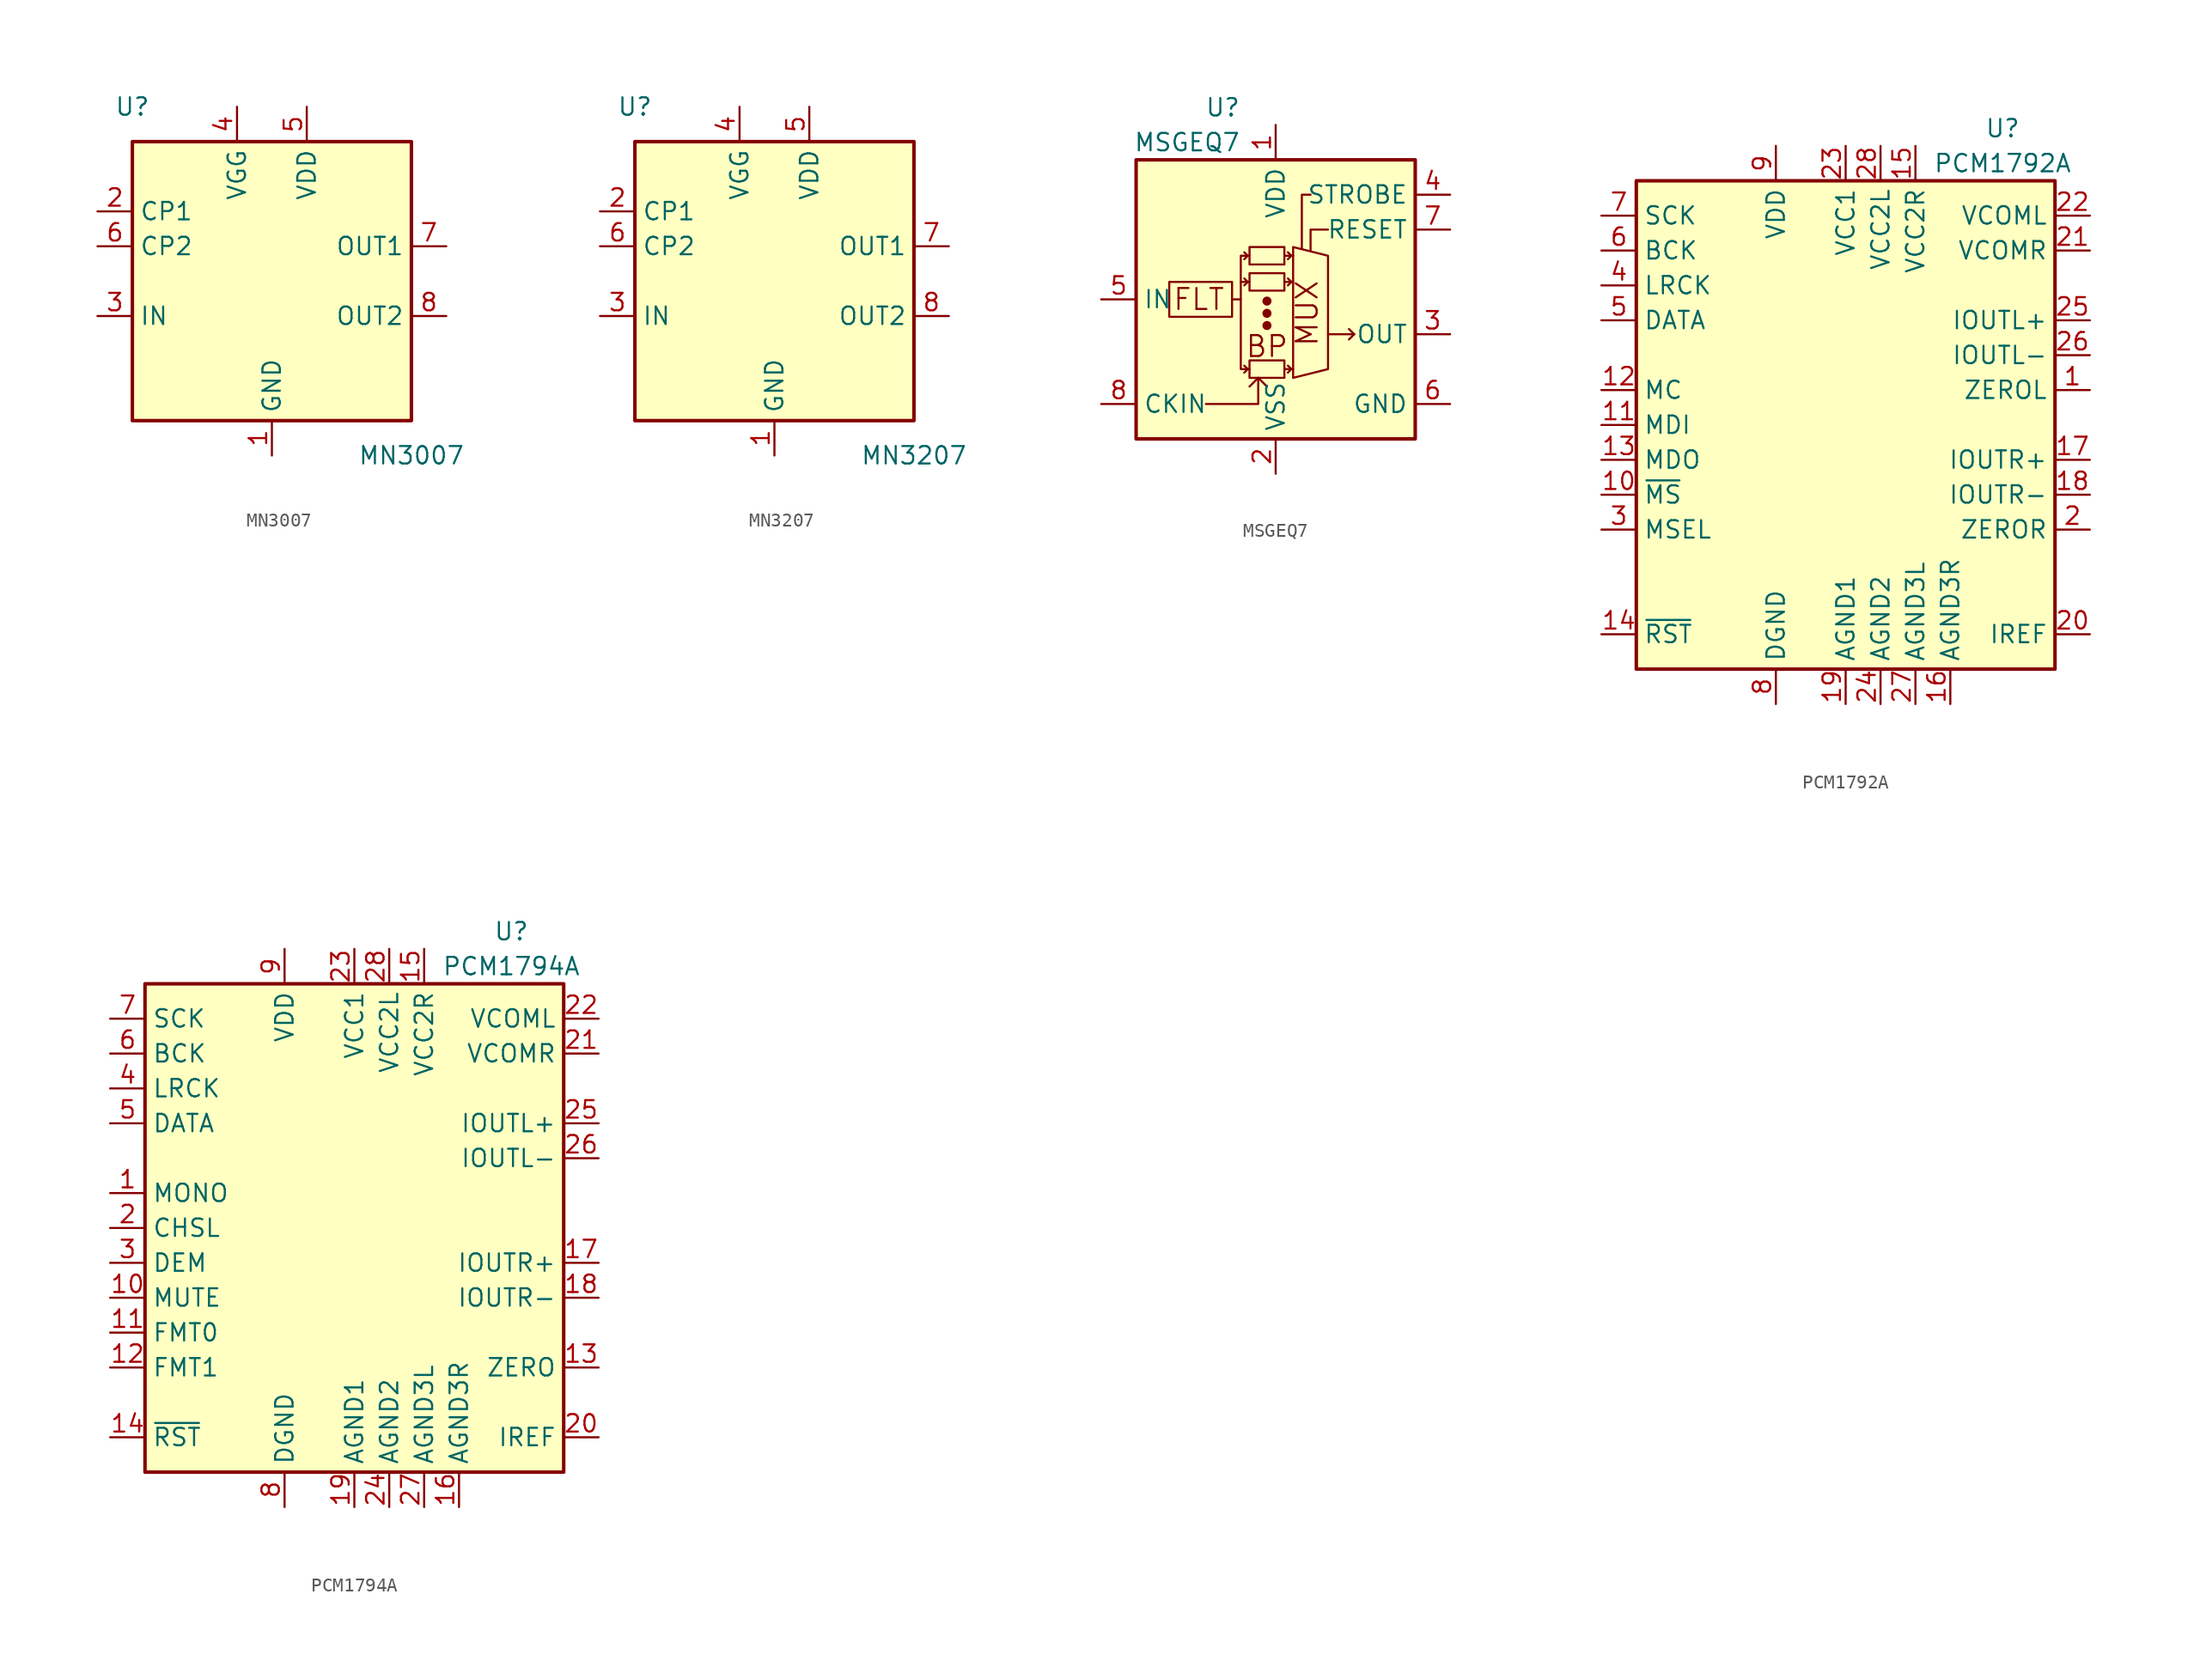
<source format=kicad_sym>
(kicad_symbol_lib
  (version 20241209)
  (generator "kicad_symbol_editor")
  (generator_version "9.0")
  (symbol "MN3007"
    (property "Reference" "U"
      (at -10.16 12.7 0)
      (effects (font (size 1.27 1.27))))
    (property "Value" "MN3007"
      (at 10.16 -12.7 0)
      (effects (font (size 1.27 1.27))))
    (symbol "MN3007_0_1"
      (rectangle (start -10.16 10.16) (end 10.16 -10.16) (stroke (width 0.254) (type default)) (fill (type background))))
    (symbol "MN3007_1_1"
      (pin input line (at -12.7 5.08 0) (length 2.54) (name "CP1" (effects (font (size 1.27 1.27)))) (number "2" (effects (font (size 1.27 1.27)))))
      (pin input line (at -12.7 2.54 0) (length 2.54) (name "CP2" (effects (font (size 1.27 1.27)))) (number "6" (effects (font (size 1.27 1.27)))))
      (pin input line (at -12.7 -2.54 0) (length 2.54) (name "IN" (effects (font (size 1.27 1.27)))) (number "3" (effects (font (size 1.27 1.27)))))
      (pin power_in line (at -2.54 12.7 270) (length 2.54) (name "VGG" (effects (font (size 1.27 1.27)))) (number "4" (effects (font (size 1.27 1.27)))))
      (pin power_in line (at 0 -12.7 90) (length 2.54) (name "GND" (effects (font (size 1.27 1.27)))) (number "1" (effects (font (size 1.27 1.27)))))
      (pin power_in line (at 2.54 12.7 270) (length 2.54) (name "VDD" (effects (font (size 1.27 1.27)))) (number "5" (effects (font (size 1.27 1.27)))))
      (pin output line (at 12.7 2.54 180) (length 2.54) (name "OUT1" (effects (font (size 1.27 1.27)))) (number "7" (effects (font (size 1.27 1.27)))))
      (pin output line (at 12.7 -2.54 180) (length 2.54) (name "OUT2" (effects (font (size 1.27 1.27)))) (number "8" (effects (font (size 1.27 1.27)))))))
  (symbol "MN3207"
    (property "Reference" "U"
      (at -10.16 12.7 0)
      (effects (font (size 1.27 1.27))))
    (property "Value" "MN3207"
      (at 10.16 -12.7 0)
      (effects (font (size 1.27 1.27))))
    (symbol "MN3207_0_1"
      (rectangle (start -10.16 10.16) (end 10.16 -10.16) (stroke (width 0.254) (type default)) (fill (type background))))
    (symbol "MN3207_1_1"
      (pin input line (at -12.7 5.08 0) (length 2.54) (name "CP1" (effects (font (size 1.27 1.27)))) (number "2" (effects (font (size 1.27 1.27)))))
      (pin input line (at -12.7 2.54 0) (length 2.54) (name "CP2" (effects (font (size 1.27 1.27)))) (number "6" (effects (font (size 1.27 1.27)))))
      (pin input line (at -12.7 -2.54 0) (length 2.54) (name "IN" (effects (font (size 1.27 1.27)))) (number "3" (effects (font (size 1.27 1.27)))))
      (pin power_in line (at -2.54 12.7 270) (length 2.54) (name "VGG" (effects (font (size 1.27 1.27)))) (number "4" (effects (font (size 1.27 1.27)))))
      (pin power_in line (at 0 -12.7 90) (length 2.54) (name "GND" (effects (font (size 1.27 1.27)))) (number "1" (effects (font (size 1.27 1.27)))))
      (pin power_in line (at 2.54 12.7 270) (length 2.54) (name "VDD" (effects (font (size 1.27 1.27)))) (number "5" (effects (font (size 1.27 1.27)))))
      (pin output line (at 12.7 2.54 180) (length 2.54) (name "OUT1" (effects (font (size 1.27 1.27)))) (number "7" (effects (font (size 1.27 1.27)))))
      (pin output line (at 12.7 -2.54 180) (length 2.54) (name "OUT2" (effects (font (size 1.27 1.27)))) (number "8" (effects (font (size 1.27 1.27)))))))
  (symbol "MSGEQ7"
    (property "Reference" "U"
      (at -2.54 13.97 0)
      (effects (font (size 1.27 1.27)) (justify right)))
    (property "Value" "MSGEQ7"
      (at -2.54 11.43 0)
      (effects (font (size 1.27 1.27)) (justify right)))
    (symbol "MSGEQ7_0_0"
      (polyline (pts (xy -5.08 -7.62) (xy -1.27 -7.62) (xy -1.27 -5.715)) (stroke (width 0) (type default)) (fill (type none)))
      (polyline (pts (xy -1.905 -6.35) (xy -1.27 -5.715) (xy -0.635 -6.35)) (stroke (width 0) (type default)) (fill (type none)))
      (polyline (pts (xy 2.54 7.62) (xy 1.905 7.62) (xy 1.905 3.683)) (stroke (width 0) (type default)) (fill (type none)))
      (polyline (pts (xy 3.81 5.08) (xy 2.54 5.08) (xy 2.54 3.556)) (stroke (width 0) (type default)) (fill (type none)))
      (text "FLT" (at -5.588 0 0) (effects (font (size 1.524 1.524))))
      (text "BP" (at -0.635 -3.429 0) (effects (font (size 1.524 1.524))))
      (text "MUX" (at 2.286 -1.016 900) (effects (font (size 1.524 1.524)))))
    (symbol "MSGEQ7_0_1"
      (polyline (pts (xy -3.175 0) (xy -2.54 0)) (stroke (width 0) (type default)) (fill (type none)))
      (rectangle (start -3.175 -1.27) (end -7.747 1.27) (stroke (width 0) (type default)) (fill (type none)))
      (polyline (pts (xy -2.54 1.27) (xy -1.905 1.27)) (stroke (width 0) (type default)) (fill (type none)))
      (polyline (pts (xy -2.286 3.429) (xy -2.032 3.175) (xy -2.286 2.921)) (stroke (width 0) (type default)) (fill (type none)))
      (polyline (pts (xy -2.286 1.524) (xy -2.032 1.27) (xy -2.286 1.016)) (stroke (width 0) (type default)) (fill (type none)))
      (polyline (pts (xy -2.286 -4.826) (xy -2.032 -5.08) (xy -2.286 -5.334)) (stroke (width 0) (type default)) (fill (type none)))
      (polyline (pts (xy -1.905 3.175) (xy -2.54 3.175) (xy -2.54 -5.08) (xy -1.905 -5.08)) (stroke (width 0) (type default)) (fill (type none)))
      (rectangle (start -1.905 1.905) (end 0.635 0.635) (stroke (width 0) (type default)) (fill (type none)))
      (rectangle (start -1.905 -4.445) (end 0.635 -5.715) (stroke (width 0) (type default)) (fill (type none)))
      (circle (center -0.635 -0.127) (radius 0.254) (stroke (width 0) (type default)) (fill (type outline)))
      (circle (center -0.635 -1.016) (radius 0.254) (stroke (width 0) (type default)) (fill (type outline)))
      (circle (center -0.635 -1.905) (radius 0.254) (stroke (width 0) (type default)) (fill (type outline)))
      (polyline (pts (xy 0.635 3.175) (xy 1.27 3.175)) (stroke (width 0) (type default)) (fill (type none)))
      (rectangle (start 0.635 2.54) (end -1.905 3.81) (stroke (width 0) (type default)) (fill (type none)))
      (polyline (pts (xy 0.635 1.27) (xy 1.27 1.27)) (stroke (width 0) (type default)) (fill (type none)))
      (polyline (pts (xy 0.635 -5.08) (xy 1.27 -5.08)) (stroke (width 0) (type default)) (fill (type none)))
      (polyline (pts (xy 0.889 3.429) (xy 1.143 3.175) (xy 0.889 2.921)) (stroke (width 0) (type default)) (fill (type none)))
      (polyline (pts (xy 0.889 1.524) (xy 1.143 1.27) (xy 0.889 1.016)) (stroke (width 0) (type default)) (fill (type none)))
      (polyline (pts (xy 0.889 -4.826) (xy 1.143 -5.08) (xy 0.889 -5.334)) (stroke (width 0) (type default)) (fill (type none)))
      (polyline (pts (xy 1.27 3.81) (xy 1.27 -5.715) (xy 3.81 -5.08) (xy 3.81 3.175) (xy 1.27 3.81)) (stroke (width 0) (type default)) (fill (type none)))
      (polyline (pts (xy 3.81 -2.54) (xy 5.715 -2.54)) (stroke (width 0) (type default)) (fill (type none)))
      (polyline (pts (xy 5.715 -2.54) (xy 5.334 -2.159)) (stroke (width 0) (type default)) (fill (type none)))
      (polyline (pts (xy 5.715 -2.54) (xy 5.334 -2.921)) (stroke (width 0) (type default)) (fill (type none)))
      (rectangle (start 10.16 10.16) (end -10.16 -10.16) (stroke (width 0.254) (type default)) (fill (type background))))
    (symbol "MSGEQ7_1_1"
      (pin input line (at -12.7 0 0) (length 2.54) (name "IN" (effects (font (size 1.27 1.27)))) (number "5" (effects (font (size 1.27 1.27)))))
      (pin input line (at -12.7 -7.62 0) (length 2.54) (name "CKIN" (effects (font (size 1.27 1.27)))) (number "8" (effects (font (size 1.27 1.27)))))
      (pin power_in line (at 0 12.7 270) (length 2.54) (name "VDD" (effects (font (size 1.27 1.27)))) (number "1" (effects (font (size 1.27 1.27)))))
      (pin power_in line (at 0 -12.7 90) (length 2.54) (name "VSS" (effects (font (size 1.27 1.27)))) (number "2" (effects (font (size 1.27 1.27)))))
      (pin input line (at 12.7 7.62 180) (length 2.54) (name "STROBE" (effects (font (size 1.27 1.27)))) (number "4" (effects (font (size 1.27 1.27)))))
      (pin input line (at 12.7 5.08 180) (length 2.54) (name "RESET" (effects (font (size 1.27 1.27)))) (number "7" (effects (font (size 1.27 1.27)))))
      (pin output line (at 12.7 -2.54 180) (length 2.54) (name "OUT" (effects (font (size 1.27 1.27)))) (number "3" (effects (font (size 1.27 1.27)))))
      (pin power_out line (at 12.7 -7.62 180) (length 2.54) (name "GND" (effects (font (size 1.27 1.27)))) (number "6" (effects (font (size 1.27 1.27)))))))
  (symbol "PCM1792A"
    (property "Reference" "U"
      (at 11.43 21.59 0)
      (effects (font (size 1.27 1.27))))
    (property "Value" "PCM1792A"
      (at 11.43 19.05 0)
      (effects (font (size 1.27 1.27))))
    (symbol "PCM1792A_0_1"
      (rectangle (start -15.24 17.78) (end 15.24 -17.78) (stroke (width 0.254) (type default)) (fill (type background))))
    (symbol "PCM1792A_1_1"
      (pin input line (at -17.78 15.24 0) (length 2.54) (name "SCK" (effects (font (size 1.27 1.27)))) (number "7" (effects (font (size 1.27 1.27)))))
      (pin input line (at -17.78 12.7 0) (length 2.54) (name "BCK" (effects (font (size 1.27 1.27)))) (number "6" (effects (font (size 1.27 1.27)))))
      (pin input line (at -17.78 10.16 0) (length 2.54) (name "LRCK" (effects (font (size 1.27 1.27)))) (number "4" (effects (font (size 1.27 1.27)))))
      (pin input line (at -17.78 7.62 0) (length 2.54) (name "DATA" (effects (font (size 1.27 1.27)))) (number "5" (effects (font (size 1.27 1.27)))))
      (pin input line (at -17.78 2.54 0) (length 2.54) (name "MC" (effects (font (size 1.27 1.27)))) (number "12" (effects (font (size 1.27 1.27)))))
      (pin input line (at -17.78 0 0) (length 2.54) (name "MDI" (effects (font (size 1.27 1.27)))) (number "11" (effects (font (size 1.27 1.27)))))
      (pin bidirectional line (at -17.78 -2.54 0) (length 2.54) (name "MDO" (effects (font (size 1.27 1.27)))) (number "13" (effects (font (size 1.27 1.27)))))
      (pin input line (at -17.78 -5.08 0) (length 2.54) (name "~{MS}" (effects (font (size 1.27 1.27)))) (number "10" (effects (font (size 1.27 1.27)))))
      (pin input line (at -17.78 -7.62 0) (length 2.54) (name "MSEL" (effects (font (size 1.27 1.27)))) (number "3" (effects (font (size 1.27 1.27)))))
      (pin input line (at -17.78 -15.24 0) (length 2.54) (name "~{RST}" (effects (font (size 1.27 1.27)))) (number "14" (effects (font (size 1.27 1.27)))))
      (pin power_in line (at -5.08 20.32 270) (length 2.54) (name "VDD" (effects (font (size 1.27 1.27)))) (number "9" (effects (font (size 1.27 1.27)))))
      (pin power_in line (at -5.08 -20.32 90) (length 2.54) (name "DGND" (effects (font (size 1.27 1.27)))) (number "8" (effects (font (size 1.27 1.27)))))
      (pin power_in line (at 0 20.32 270) (length 2.54) (name "VCC1" (effects (font (size 1.27 1.27)))) (number "23" (effects (font (size 1.27 1.27)))))
      (pin power_in line (at 0 -20.32 90) (length 2.54) (name "AGND1" (effects (font (size 1.27 1.27)))) (number "19" (effects (font (size 1.27 1.27)))))
      (pin power_in line (at 2.54 20.32 270) (length 2.54) (name "VCC2L" (effects (font (size 1.27 1.27)))) (number "28" (effects (font (size 1.27 1.27)))))
      (pin power_in line (at 2.54 -20.32 90) (length 2.54) (name "AGND2" (effects (font (size 1.27 1.27)))) (number "24" (effects (font (size 1.27 1.27)))))
      (pin power_in line (at 5.08 20.32 270) (length 2.54) (name "VCC2R" (effects (font (size 1.27 1.27)))) (number "15" (effects (font (size 1.27 1.27)))))
      (pin power_in line (at 5.08 -20.32 90) (length 2.54) (name "AGND3L" (effects (font (size 1.27 1.27)))) (number "27" (effects (font (size 1.27 1.27)))))
      (pin power_in line (at 7.62 -20.32 90) (length 2.54) (name "AGND3R" (effects (font (size 1.27 1.27)))) (number "16" (effects (font (size 1.27 1.27)))))
      (pin passive line (at 17.78 15.24 180) (length 2.54) (name "VCOML" (effects (font (size 1.27 1.27)))) (number "22" (effects (font (size 1.27 1.27)))))
      (pin output line (at 17.78 12.7 180) (length 2.54) (name "VCOMR" (effects (font (size 1.27 1.27)))) (number "21" (effects (font (size 1.27 1.27)))))
      (pin output line (at 17.78 7.62 180) (length 2.54) (name "IOUTL+" (effects (font (size 1.27 1.27)))) (number "25" (effects (font (size 1.27 1.27)))))
      (pin output line (at 17.78 5.08 180) (length 2.54) (name "IOUTL-" (effects (font (size 1.27 1.27)))) (number "26" (effects (font (size 1.27 1.27)))))
      (pin output line (at 17.78 2.54 180) (length 2.54) (name "ZEROL" (effects (font (size 1.27 1.27)))) (number "1" (effects (font (size 1.27 1.27)))))
      (pin output line (at 17.78 -2.54 180) (length 2.54) (name "IOUTR+" (effects (font (size 1.27 1.27)))) (number "17" (effects (font (size 1.27 1.27)))))
      (pin output line (at 17.78 -5.08 180) (length 2.54) (name "IOUTR-" (effects (font (size 1.27 1.27)))) (number "18" (effects (font (size 1.27 1.27)))))
      (pin output line (at 17.78 -7.62 180) (length 2.54) (name "ZEROR" (effects (font (size 1.27 1.27)))) (number "2" (effects (font (size 1.27 1.27)))))
      (pin passive line (at 17.78 -15.24 180) (length 2.54) (name "IREF" (effects (font (size 1.27 1.27)))) (number "20" (effects (font (size 1.27 1.27)))))))
  (symbol "PCM1794A"
    (property "Reference" "U"
      (at 11.43 21.59 0)
      (effects (font (size 1.27 1.27))))
    (property "Value" "PCM1794A"
      (at 11.43 19.05 0)
      (effects (font (size 1.27 1.27))))
    (symbol "PCM1794A_0_1"
      (rectangle (start -15.24 17.78) (end 15.24 -17.78) (stroke (width 0.254) (type default)) (fill (type background))))
    (symbol "PCM1794A_1_1"
      (pin input line (at -17.78 15.24 0) (length 2.54) (name "SCK" (effects (font (size 1.27 1.27)))) (number "7" (effects (font (size 1.27 1.27)))))
      (pin input line (at -17.78 12.7 0) (length 2.54) (name "BCK" (effects (font (size 1.27 1.27)))) (number "6" (effects (font (size 1.27 1.27)))))
      (pin input line (at -17.78 10.16 0) (length 2.54) (name "LRCK" (effects (font (size 1.27 1.27)))) (number "4" (effects (font (size 1.27 1.27)))))
      (pin input line (at -17.78 7.62 0) (length 2.54) (name "DATA" (effects (font (size 1.27 1.27)))) (number "5" (effects (font (size 1.27 1.27)))))
      (pin input line (at -17.78 2.54 0) (length 2.54) (name "MONO" (effects (font (size 1.27 1.27)))) (number "1" (effects (font (size 1.27 1.27)))))
      (pin input line (at -17.78 0 0) (length 2.54) (name "CHSL" (effects (font (size 1.27 1.27)))) (number "2" (effects (font (size 1.27 1.27)))))
      (pin input line (at -17.78 -2.54 0) (length 2.54) (name "DEM" (effects (font (size 1.27 1.27)))) (number "3" (effects (font (size 1.27 1.27)))))
      (pin input line (at -17.78 -5.08 0) (length 2.54) (name "MUTE" (effects (font (size 1.27 1.27)))) (number "10" (effects (font (size 1.27 1.27)))))
      (pin input line (at -17.78 -7.62 0) (length 2.54) (name "FMT0" (effects (font (size 1.27 1.27)))) (number "11" (effects (font (size 1.27 1.27)))))
      (pin input line (at -17.78 -10.16 0) (length 2.54) (name "FMT1" (effects (font (size 1.27 1.27)))) (number "12" (effects (font (size 1.27 1.27)))))
      (pin input line (at -17.78 -15.24 0) (length 2.54) (name "~{RST}" (effects (font (size 1.27 1.27)))) (number "14" (effects (font (size 1.27 1.27)))))
      (pin power_in line (at -5.08 20.32 270) (length 2.54) (name "VDD" (effects (font (size 1.27 1.27)))) (number "9" (effects (font (size 1.27 1.27)))))
      (pin power_in line (at -5.08 -20.32 90) (length 2.54) (name "DGND" (effects (font (size 1.27 1.27)))) (number "8" (effects (font (size 1.27 1.27)))))
      (pin power_in line (at 0 20.32 270) (length 2.54) (name "VCC1" (effects (font (size 1.27 1.27)))) (number "23" (effects (font (size 1.27 1.27)))))
      (pin power_in line (at 0 -20.32 90) (length 2.54) (name "AGND1" (effects (font (size 1.27 1.27)))) (number "19" (effects (font (size 1.27 1.27)))))
      (pin power_in line (at 2.54 20.32 270) (length 2.54) (name "VCC2L" (effects (font (size 1.27 1.27)))) (number "28" (effects (font (size 1.27 1.27)))))
      (pin power_in line (at 2.54 -20.32 90) (length 2.54) (name "AGND2" (effects (font (size 1.27 1.27)))) (number "24" (effects (font (size 1.27 1.27)))))
      (pin power_in line (at 5.08 20.32 270) (length 2.54) (name "VCC2R" (effects (font (size 1.27 1.27)))) (number "15" (effects (font (size 1.27 1.27)))))
      (pin power_in line (at 5.08 -20.32 90) (length 2.54) (name "AGND3L" (effects (font (size 1.27 1.27)))) (number "27" (effects (font (size 1.27 1.27)))))
      (pin power_in line (at 7.62 -20.32 90) (length 2.54) (name "AGND3R" (effects (font (size 1.27 1.27)))) (number "16" (effects (font (size 1.27 1.27)))))
      (pin passive line (at 17.78 15.24 180) (length 2.54) (name "VCOML" (effects (font (size 1.27 1.27)))) (number "22" (effects (font (size 1.27 1.27)))))
      (pin output line (at 17.78 12.7 180) (length 2.54) (name "VCOMR" (effects (font (size 1.27 1.27)))) (number "21" (effects (font (size 1.27 1.27)))))
      (pin output line (at 17.78 7.62 180) (length 2.54) (name "IOUTL+" (effects (font (size 1.27 1.27)))) (number "25" (effects (font (size 1.27 1.27)))))
      (pin output line (at 17.78 5.08 180) (length 2.54) (name "IOUTL-" (effects (font (size 1.27 1.27)))) (number "26" (effects (font (size 1.27 1.27)))))
      (pin output line (at 17.78 -2.54 180) (length 2.54) (name "IOUTR+" (effects (font (size 1.27 1.27)))) (number "17" (effects (font (size 1.27 1.27)))))
      (pin output line (at 17.78 -5.08 180) (length 2.54) (name "IOUTR-" (effects (font (size 1.27 1.27)))) (number "18" (effects (font (size 1.27 1.27)))))
      (pin open_collector line (at 17.78 -10.16 180) (length 2.54) (name "ZERO" (effects (font (size 1.27 1.27)))) (number "13" (effects (font (size 1.27 1.27)))))
      (pin passive line (at 17.78 -15.24 180) (length 2.54) (name "IREF" (effects (font (size 1.27 1.27)))) (number "20" (effects (font (size 1.27 1.27))))))))
</source>
